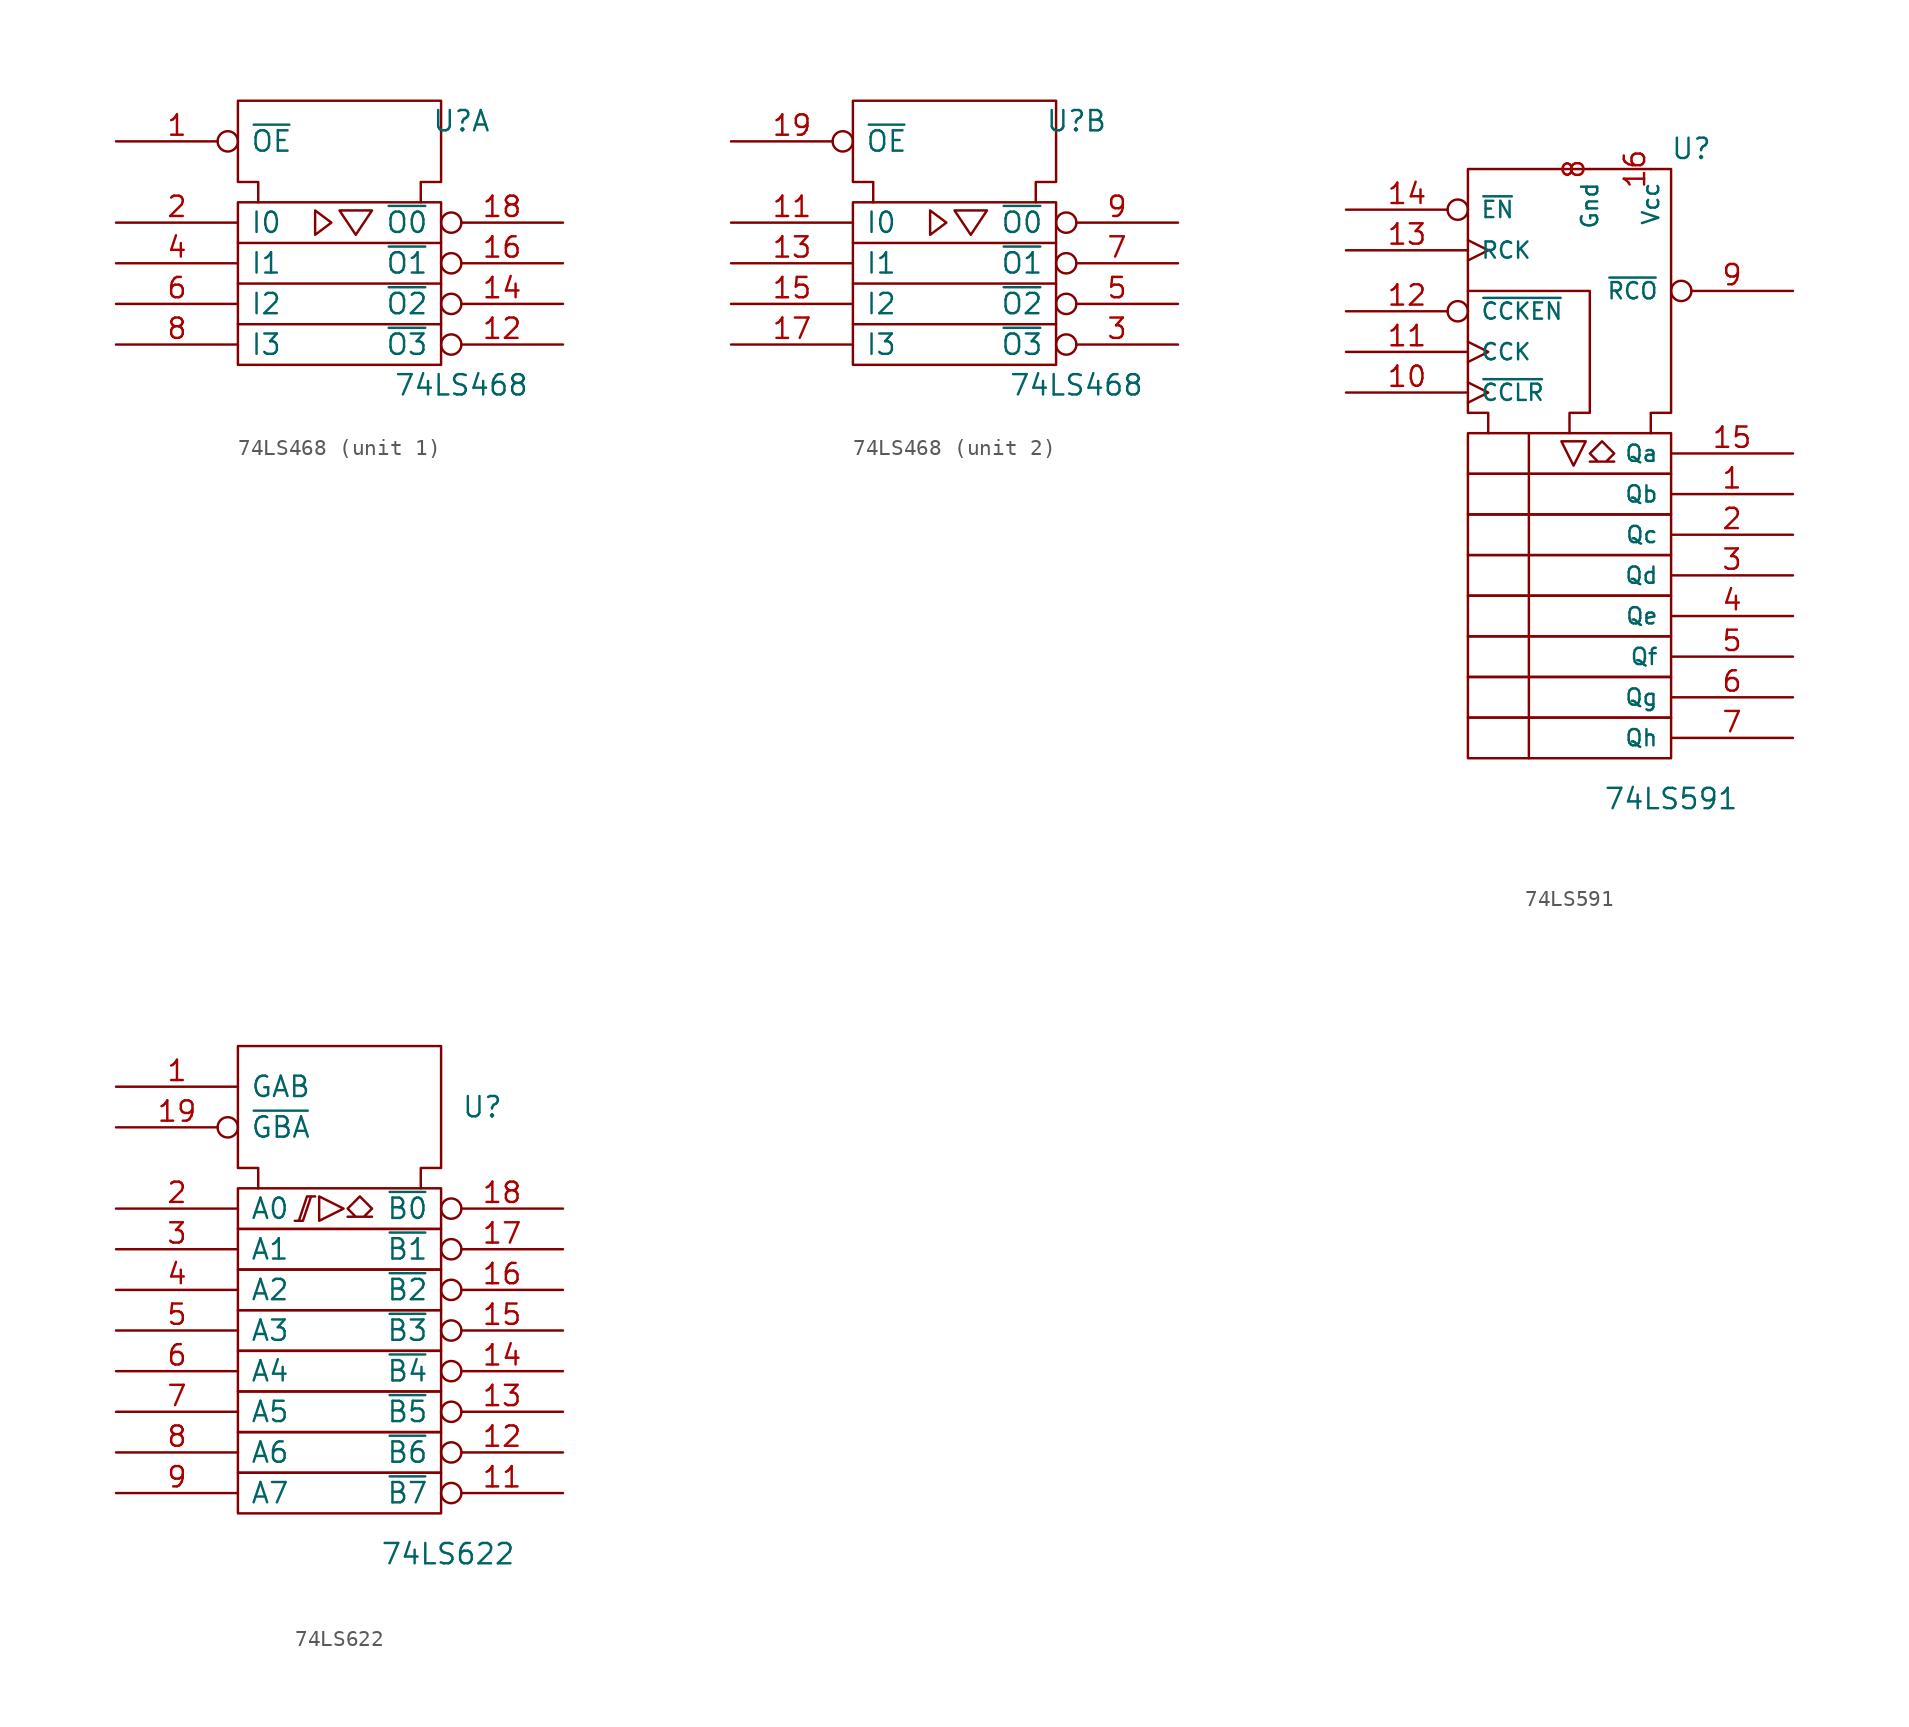
<source format=kicad_sym>
(kicad_symbol_lib
  (version 20211014)
  (generator kicad_symbol_editor)
  (symbol "74LS468"
    (pin_names
      (offset 0.762))
    (property "Reference" "U"
      (at 7.62 8.89 0)
      (effects (font (size 1.27 1.27))))
    (property "Value" "74LS468"
      (at 7.62 -7.62 0)
      (effects (font (size 1.27 1.27))))
    (symbol "74LS468_0_0"
      (polyline (pts (xy -1.524 3.302) (xy -1.524 1.778) (xy -0.508 2.54) (xy -1.524 3.302) (xy -1.524 3.302)) (stroke (width 0) (type default) (color 0 0 0 0)) (fill (type none)))
      (polyline (pts (xy 0.254 3.302) (xy 2.032 3.302) (xy 1.016 1.778) (xy 0 3.302) (xy 0.254 3.302) (xy 0.254 3.302)) (stroke (width 0) (type default) (color 0 0 0 0)) (fill (type none))))
    (symbol "74LS468_0_1"
      (rectangle (start -6.35 3.81) (end 6.35 -6.35) (stroke (width 0) (type default) (color 0 0 0 0)) (fill (type none)))
      (polyline (pts (xy -6.35 -3.81) (xy 6.35 -3.81) (xy 6.35 -3.81)) (stroke (width 0) (type default) (color 0 0 0 0)) (fill (type none)))
      (polyline (pts (xy -6.35 -1.27) (xy 6.35 -1.27) (xy 6.35 -1.27)) (stroke (width 0) (type default) (color 0 0 0 0)) (fill (type none)))
      (polyline (pts (xy -6.35 1.27) (xy 6.35 1.27) (xy 6.35 1.27)) (stroke (width 0) (type default) (color 0 0 0 0)) (fill (type none)))
      (polyline (pts (xy -5.08 3.81) (xy -5.08 5.08) (xy -6.35 5.08) (xy -6.35 10.16) (xy 6.35 10.16) (xy 6.35 5.08) (xy 5.08 5.08) (xy 5.08 3.81) (xy 5.08 3.81)) (stroke (width 0) (type default) (color 0 0 0 0)) (fill (type none)))
      (pin power_in line (at 1.27 10.16 270) (length 0) hide (name "GND" (effects (font (size 1.27 1.27)))) (number "10" (effects (font (size 1.27 1.27)))))
      (pin power_in line (at 5.08 10.16 270) (length 0) hide (name "VCC" (effects (font (size 1.27 1.27)))) (number "20" (effects (font (size 1.27 1.27))))))
    (symbol "74LS468_1_1"
      (pin input inverted (at -13.97 7.62 0) (length 7.62) (name "~{OE}" (effects (font (size 1.27 1.27)))) (number "1" (effects (font (size 1.27 1.27)))))
      (pin tri_state inverted (at 13.97 -5.08 180) (length 7.62) (name "~{O3}" (effects (font (size 1.27 1.27)))) (number "12" (effects (font (size 1.27 1.27)))))
      (pin tri_state inverted (at 13.97 -2.54 180) (length 7.62) (name "~{O2}" (effects (font (size 1.27 1.27)))) (number "14" (effects (font (size 1.27 1.27)))))
      (pin tri_state inverted (at 13.97 0 180) (length 7.62) (name "~{O1}" (effects (font (size 1.27 1.27)))) (number "16" (effects (font (size 1.27 1.27)))))
      (pin tri_state inverted (at 13.97 2.54 180) (length 7.62) (name "~{O0}" (effects (font (size 1.27 1.27)))) (number "18" (effects (font (size 1.27 1.27)))))
      (pin input line (at -13.97 2.54 0) (length 7.62) (name "I0" (effects (font (size 1.27 1.27)))) (number "2" (effects (font (size 1.27 1.27)))))
      (pin input line (at -13.97 0 0) (length 7.62) (name "I1" (effects (font (size 1.27 1.27)))) (number "4" (effects (font (size 1.27 1.27)))))
      (pin input line (at -13.97 -2.54 0) (length 7.62) (name "I2" (effects (font (size 1.27 1.27)))) (number "6" (effects (font (size 1.27 1.27)))))
      (pin input line (at -13.97 -5.08 0) (length 7.62) (name "I3" (effects (font (size 1.27 1.27)))) (number "8" (effects (font (size 1.27 1.27))))))
    (symbol "74LS468_2_1"
      (pin input line (at -13.97 2.54 0) (length 7.62) (name "I0" (effects (font (size 1.27 1.27)))) (number "11" (effects (font (size 1.27 1.27)))))
      (pin input line (at -13.97 0 0) (length 7.62) (name "I1" (effects (font (size 1.27 1.27)))) (number "13" (effects (font (size 1.27 1.27)))))
      (pin input line (at -13.97 -2.54 0) (length 7.62) (name "I2" (effects (font (size 1.27 1.27)))) (number "15" (effects (font (size 1.27 1.27)))))
      (pin input line (at -13.97 -5.08 0) (length 7.62) (name "I3" (effects (font (size 1.27 1.27)))) (number "17" (effects (font (size 1.27 1.27)))))
      (pin input inverted (at -13.97 7.62 0) (length 7.62) (name "~{OE}" (effects (font (size 1.27 1.27)))) (number "19" (effects (font (size 1.27 1.27)))))
      (pin tri_state inverted (at 13.97 -5.08 180) (length 7.62) (name "~{O3}" (effects (font (size 1.27 1.27)))) (number "3" (effects (font (size 1.27 1.27)))))
      (pin tri_state inverted (at 13.97 -2.54 180) (length 7.62) (name "~{O2}" (effects (font (size 1.27 1.27)))) (number "5" (effects (font (size 1.27 1.27)))))
      (pin tri_state inverted (at 13.97 0 180) (length 7.62) (name "~{O1}" (effects (font (size 1.27 1.27)))) (number "7" (effects (font (size 1.27 1.27)))))
      (pin tri_state inverted (at 13.97 2.54 180) (length 7.62) (name "~{O0}" (effects (font (size 1.27 1.27)))) (number "9" (effects (font (size 1.27 1.27)))))))
  (symbol "74LS591"
    (pin_names
      (offset 0.762))
    (property "Reference" "U"
      (at 7.62 20.32 0)
      (effects (font (size 1.27 1.27))))
    (property "Value" "74LS591"
      (at 6.35 -20.32 0)
      (effects (font (size 1.27 1.27))))
    (symbol "74LS591_0_0"
      (rectangle (start -6.35 -15.24) (end 6.35 -17.78) (stroke (width 0) (type default) (color 0 0 0 0)) (fill (type none)))
      (rectangle (start -6.35 -12.7) (end 6.35 -15.24) (stroke (width 0) (type default) (color 0 0 0 0)) (fill (type none)))
      (rectangle (start -6.35 -10.16) (end 6.35 -12.7) (stroke (width 0) (type default) (color 0 0 0 0)) (fill (type none)))
      (rectangle (start -6.35 -7.62) (end 6.35 -10.16) (stroke (width 0) (type default) (color 0 0 0 0)) (fill (type none)))
      (rectangle (start -6.35 -5.08) (end 6.35 -7.62) (stroke (width 0) (type default) (color 0 0 0 0)) (fill (type none)))
      (rectangle (start -6.35 -2.54) (end 6.35 -5.08) (stroke (width 0) (type default) (color 0 0 0 0)) (fill (type none)))
      (rectangle (start -6.35 0) (end 6.35 -2.54) (stroke (width 0) (type default) (color 0 0 0 0)) (fill (type none)))
      (rectangle (start -6.35 2.54) (end 6.35 0) (stroke (width 0) (type default) (color 0 0 0 0)) (fill (type none)))
      (polyline (pts (xy -2.54 2.54) (xy -2.54 -17.78) (xy -2.54 -17.78)) (stroke (width 0) (type default) (color 0 0 0 0)) (fill (type none)))
      (polyline (pts (xy -0.508 2.032) (xy 1.016 2.032) (xy 0.254 0.508) (xy -0.508 2.032) (xy -0.508 2.032)) (stroke (width 0) (type default) (color 0 0 0 0)) (fill (type none)))
      (polyline (pts (xy -6.35 11.43) (xy 1.27 11.43) (xy 1.27 3.81) (xy 0 3.81) (xy 0 2.54) (xy 0 2.54)) (stroke (width 0) (type default) (color 0 0 0 0)) (fill (type none)))
      (polyline (pts (xy -5.08 2.54) (xy -5.08 3.81) (xy -6.35 3.81) (xy -6.35 19.05) (xy 6.35 19.05) (xy 6.35 3.81) (xy 5.08 3.81) (xy 5.08 2.54) (xy 5.08 2.54)) (stroke (width 0) (type default) (color 0 0 0 0)) (fill (type none)))
      (polyline (pts (xy 2.032 2.032) (xy 2.794 1.27) (xy 2.286 0.762) (xy 2.794 0.762) (xy 1.27 0.762) (xy 1.778 0.762) (xy 1.27 1.27) (xy 2.032 2.032) (xy 2.032 2.032)) (stroke (width 0) (type default) (color 0 0 0 0)) (fill (type none))))
    (symbol "74LS591_0_1"
      (pin power_in line (at 5.08 19.05 270) (length 0) (name "Vcc" (effects (font (size 1.016 1.016)))) (number "16" (effects (font (size 1.27 1.27)))))
      (pin power_in line (at 1.27 19.05 270) (length 0) (name "Gnd" (effects (font (size 1.016 1.016)))) (number "8" (effects (font (size 1.27 1.27))))))
    (symbol "74LS591_1_1"
      (pin output line (at 13.97 -1.27 180) (length 7.62) (name "Qb" (effects (font (size 1.016 1.016)))) (number "1" (effects (font (size 1.27 1.27)))))
      (pin input clock (at -13.97 5.08 0) (length 7.62) (name "~{CCLR}" (effects (font (size 1.016 1.016)))) (number "10" (effects (font (size 1.27 1.27)))))
      (pin input clock (at -13.97 7.62 0) (length 7.62) (name "CCK" (effects (font (size 1.016 1.016)))) (number "11" (effects (font (size 1.27 1.27)))))
      (pin input inverted (at -13.97 10.16 0) (length 7.62) (name "~{CCKEN}" (effects (font (size 1.016 1.016)))) (number "12" (effects (font (size 1.27 1.27)))))
      (pin input clock (at -13.97 13.97 0) (length 7.62) (name "RCK" (effects (font (size 1.016 1.016)))) (number "13" (effects (font (size 1.27 1.27)))))
      (pin input inverted (at -13.97 16.51 0) (length 7.62) (name "~{EN}" (effects (font (size 1.016 1.016)))) (number "14" (effects (font (size 1.27 1.27)))))
      (pin output line (at 13.97 1.27 180) (length 7.62) (name "Qa" (effects (font (size 1.016 1.016)))) (number "15" (effects (font (size 1.27 1.27)))))
      (pin output line (at 13.97 -3.81 180) (length 7.62) (name "Qc" (effects (font (size 1.016 1.016)))) (number "2" (effects (font (size 1.27 1.27)))))
      (pin output line (at 13.97 -6.35 180) (length 7.62) (name "Qd" (effects (font (size 1.016 1.016)))) (number "3" (effects (font (size 1.27 1.27)))))
      (pin output line (at 13.97 -8.89 180) (length 7.62) (name "Qe" (effects (font (size 1.016 1.016)))) (number "4" (effects (font (size 1.27 1.27)))))
      (pin output line (at 13.97 -11.43 180) (length 7.62) (name "Qf" (effects (font (size 1.016 1.016)))) (number "5" (effects (font (size 1.27 1.27)))))
      (pin output line (at 13.97 -13.97 180) (length 7.62) (name "Qg" (effects (font (size 1.016 1.016)))) (number "6" (effects (font (size 1.27 1.27)))))
      (pin output line (at 13.97 -16.51 180) (length 7.62) (name "Qh" (effects (font (size 1.016 1.016)))) (number "7" (effects (font (size 1.27 1.27)))))
      (pin output inverted (at 13.97 11.43 180) (length 7.62) (name "~{RCO}" (effects (font (size 1.016 1.016)))) (number "9" (effects (font (size 1.27 1.27)))))))
  (symbol "74LS622"
    (pin_names
      (offset 0.762))
    (property "Reference" "U"
      (at 7.62 12.7 0)
      (effects (font (size 1.27 1.27)) (justify left)))
    (property "Value" "74LS622"
      (at 2.54 -15.24 0)
      (effects (font (size 1.27 1.27)) (justify left)))
    (symbol "74LS622_0_0"
      (polyline (pts (xy -1.27 7.112) (xy -1.27 5.588) (xy 0.254 6.35) (xy -1.27 7.112) (xy -1.27 7.112)) (stroke (width 0) (type default) (color 0 0 0 0)) (fill (type none)))
      (polyline (pts (xy -2.286 5.588) (xy -2.794 5.588) (xy -2.286 5.588) (xy -1.778 7.112) (xy -1.524 7.112) (xy -2.032 7.112) (xy -2.54 5.588) (xy -2.54 5.588)) (stroke (width 0) (type default) (color 0 0 0 0)) (fill (type none)))
      (polyline (pts (xy 1.27 7.112) (xy 2.032 6.35) (xy 1.524 5.842) (xy 2.032 5.842) (xy 0.508 5.842) (xy 1.016 5.842) (xy 0.508 6.35) (xy 1.27 7.112) (xy 1.27 7.112)) (stroke (width 0) (type default) (color 0 0 0 0)) (fill (type none)))
      (pin power_in line (at 1.27 16.51 270) (length 0) hide (name "GND" (effects (font (size 1.27 1.27)))) (number "10" (effects (font (size 1.27 1.27)))))
      (pin power_in line (at 5.08 16.51 270) (length 0) hide (name "VCC" (effects (font (size 1.27 1.27)))) (number "20" (effects (font (size 1.27 1.27))))))
    (symbol "74LS622_0_1"
      (rectangle (start -6.35 -10.16) (end 6.35 -12.7) (stroke (width 0) (type default) (color 0 0 0 0)) (fill (type none)))
      (rectangle (start -6.35 -7.62) (end 6.35 -10.16) (stroke (width 0) (type default) (color 0 0 0 0)) (fill (type none)))
      (rectangle (start -6.35 -5.08) (end 6.35 -7.62) (stroke (width 0) (type default) (color 0 0 0 0)) (fill (type none)))
      (rectangle (start -6.35 -2.54) (end 6.35 -5.08) (stroke (width 0) (type default) (color 0 0 0 0)) (fill (type none)))
      (rectangle (start -6.35 0) (end 6.35 -2.54) (stroke (width 0) (type default) (color 0 0 0 0)) (fill (type none)))
      (rectangle (start -6.35 2.54) (end 6.35 0) (stroke (width 0) (type default) (color 0 0 0 0)) (fill (type none)))
      (rectangle (start -6.35 5.08) (end 6.35 2.54) (stroke (width 0) (type default) (color 0 0 0 0)) (fill (type none)))
      (rectangle (start -6.35 7.62) (end 6.35 5.08) (stroke (width 0) (type default) (color 0 0 0 0)) (fill (type none)))
      (polyline (pts (xy -5.08 7.62) (xy -5.08 8.89) (xy -6.35 8.89) (xy -6.35 16.51) (xy 6.35 16.51) (xy 6.35 8.89) (xy 5.08 8.89) (xy 5.08 7.62) (xy 5.08 7.62)) (stroke (width 0) (type default) (color 0 0 0 0)) (fill (type none))))
    (symbol "74LS622_1_1"
      (pin input line (at -13.97 13.97 0) (length 7.62) (name "GAB" (effects (font (size 1.27 1.27)))) (number "1" (effects (font (size 1.27 1.27)))))
      (pin tri_state inverted (at 13.97 -11.43 180) (length 7.62) (name "~{B7}" (effects (font (size 1.27 1.27)))) (number "11" (effects (font (size 1.27 1.27)))))
      (pin tri_state inverted (at 13.97 -8.89 180) (length 7.62) (name "~{B6}" (effects (font (size 1.27 1.27)))) (number "12" (effects (font (size 1.27 1.27)))))
      (pin tri_state inverted (at 13.97 -6.35 180) (length 7.62) (name "~{B5}" (effects (font (size 1.27 1.27)))) (number "13" (effects (font (size 1.27 1.27)))))
      (pin tri_state inverted (at 13.97 -3.81 180) (length 7.62) (name "~{B4}" (effects (font (size 1.27 1.27)))) (number "14" (effects (font (size 1.27 1.27)))))
      (pin tri_state inverted (at 13.97 -1.27 180) (length 7.62) (name "~{B3}" (effects (font (size 1.27 1.27)))) (number "15" (effects (font (size 1.27 1.27)))))
      (pin tri_state inverted (at 13.97 1.27 180) (length 7.62) (name "~{B2}" (effects (font (size 1.27 1.27)))) (number "16" (effects (font (size 1.27 1.27)))))
      (pin tri_state inverted (at 13.97 3.81 180) (length 7.62) (name "~{B1}" (effects (font (size 1.27 1.27)))) (number "17" (effects (font (size 1.27 1.27)))))
      (pin tri_state inverted (at 13.97 6.35 180) (length 7.62) (name "~{B0}" (effects (font (size 1.27 1.27)))) (number "18" (effects (font (size 1.27 1.27)))))
      (pin input inverted (at -13.97 11.43 0) (length 7.62) (name "~{GBA}" (effects (font (size 1.27 1.27)))) (number "19" (effects (font (size 1.27 1.27)))))
      (pin tri_state line (at -13.97 6.35 0) (length 7.62) (name "A0" (effects (font (size 1.27 1.27)))) (number "2" (effects (font (size 1.27 1.27)))))
      (pin tri_state line (at -13.97 3.81 0) (length 7.62) (name "A1" (effects (font (size 1.27 1.27)))) (number "3" (effects (font (size 1.27 1.27)))))
      (pin tri_state line (at -13.97 1.27 0) (length 7.62) (name "A2" (effects (font (size 1.27 1.27)))) (number "4" (effects (font (size 1.27 1.27)))))
      (pin tri_state line (at -13.97 -1.27 0) (length 7.62) (name "A3" (effects (font (size 1.27 1.27)))) (number "5" (effects (font (size 1.27 1.27)))))
      (pin tri_state line (at -13.97 -3.81 0) (length 7.62) (name "A4" (effects (font (size 1.27 1.27)))) (number "6" (effects (font (size 1.27 1.27)))))
      (pin tri_state line (at -13.97 -6.35 0) (length 7.62) (name "A5" (effects (font (size 1.27 1.27)))) (number "7" (effects (font (size 1.27 1.27)))))
      (pin tri_state line (at -13.97 -8.89 0) (length 7.62) (name "A6" (effects (font (size 1.27 1.27)))) (number "8" (effects (font (size 1.27 1.27)))))
      (pin tri_state line (at -13.97 -11.43 0) (length 7.62) (name "A7" (effects (font (size 1.27 1.27)))) (number "9" (effects (font (size 1.27 1.27))))))))
</source>
